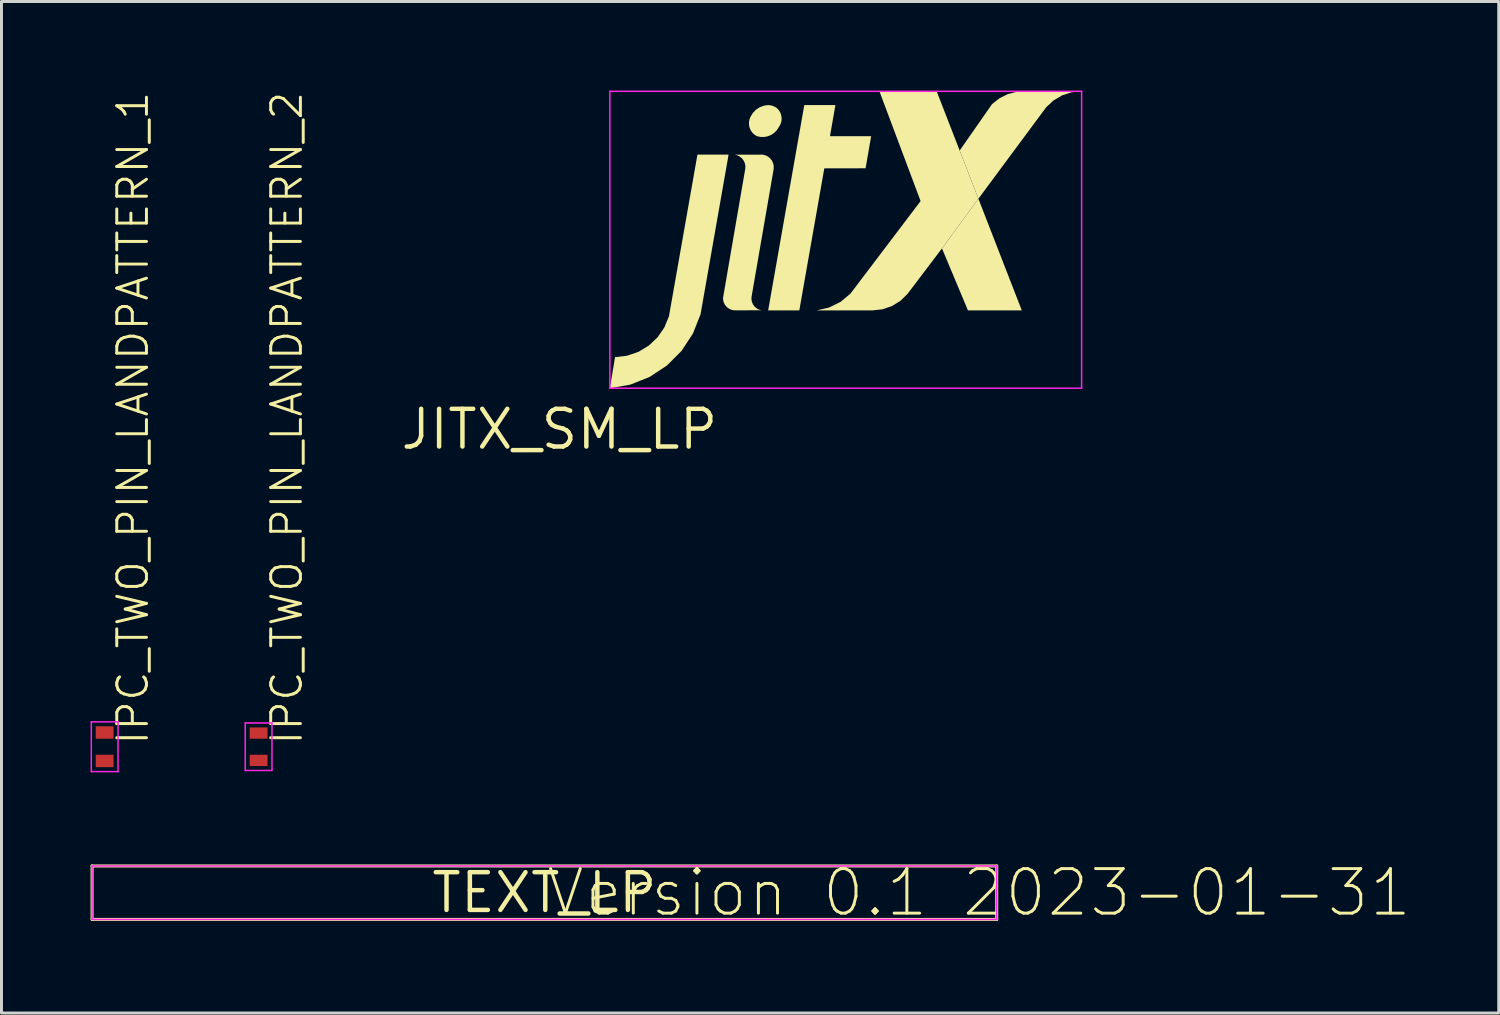
<source format=kicad_pcb>
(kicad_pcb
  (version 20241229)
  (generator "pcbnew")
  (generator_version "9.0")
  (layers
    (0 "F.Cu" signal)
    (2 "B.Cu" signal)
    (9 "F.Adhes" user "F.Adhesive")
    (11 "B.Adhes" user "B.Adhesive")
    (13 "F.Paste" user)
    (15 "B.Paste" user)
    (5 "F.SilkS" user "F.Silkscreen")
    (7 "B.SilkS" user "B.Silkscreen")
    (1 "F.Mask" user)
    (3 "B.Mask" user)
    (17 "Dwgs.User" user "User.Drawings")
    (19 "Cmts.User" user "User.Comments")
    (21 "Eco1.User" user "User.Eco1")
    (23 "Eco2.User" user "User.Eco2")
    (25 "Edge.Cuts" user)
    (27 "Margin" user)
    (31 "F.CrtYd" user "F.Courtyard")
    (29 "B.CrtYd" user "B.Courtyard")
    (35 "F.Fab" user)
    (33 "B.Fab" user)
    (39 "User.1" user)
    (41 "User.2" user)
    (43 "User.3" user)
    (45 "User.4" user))
  (footprint "IPC_TWO_PIN_LANDPATTERN_1"
    (layer "F.Cu")
    (at 0.475 22.1)
    (property "Reference" "IPC_TWO_PIN_LANDPATTERN_1" (at 0.95 0 90) (layer "F.SilkS") (effects (font (size 1 1) (thickness 0.1)) (justify left)))
    (fp_poly (pts (xy -0.35 -0.22) (xy 0.35 -0.22) (xy 0.35 -0.738) (xy -0.35 -0.738)) (stroke (width 0) (type solid)) (fill yes) (layer "F.Mask"))
    (fp_poly (pts (xy -0.35 0.738) (xy 0.35 0.738) (xy 0.35 0.22) (xy -0.35 0.22)) (stroke (width 0) (type solid)) (fill yes) (layer "F.Mask"))
    (fp_line (start -0.45 -0.838) (end -0.45 0.838) (stroke (width 0.05) (type solid)) (layer "F.CrtYd"))
    (fp_line (start -0.45 0.838) (end 0.45 0.838) (stroke (width 0.05) (type solid)) (layer "F.CrtYd"))
    (fp_line (start 0.45 -0.838) (end -0.45 -0.838) (stroke (width 0.05) (type solid)) (layer "F.CrtYd"))
    (fp_line (start 0.45 0.838) (end 0.45 -0.838) (stroke (width 0.05) (type solid)) (layer "F.CrtYd"))
    (pad "1" smd rect (at 0 -0.479) (size 0.6 0.418) (layers "F.Cu" "F.Paste"))
    (pad "2" smd rect (at 0 0.479) (size 0.6 0.418) (layers "F.Cu" "F.Paste")))
  (footprint "TEXT_LP"
    (layer "F.Cu")
    (at 15.285 27.016)
    (property "Reference" "TEXT_LP" (at 0 0 0) (layer "F.SilkS") (effects (font (size 1.27 1.27) (thickness 0.15))))
    (fp_line (start -15.235 -0.9) (end 15.235 -0.9) (stroke (width 0.1) (type solid)) (layer "F.SilkS"))
    (fp_line (start -15.235 0.9) (end -15.235 -0.9) (stroke (width 0.1) (type solid)) (layer "F.SilkS"))
    (fp_line (start 15.235 -0.9) (end 15.235 0.9) (stroke (width 0.1) (type solid)) (layer "F.SilkS"))
    (fp_line (start 15.235 0.9) (end -15.235 0.9) (stroke (width 0.1) (type solid)) (layer "F.SilkS"))
    (fp_line (start -15.235 -0.9) (end -15.235 0.9) (stroke (width 0.05) (type solid)) (layer "F.CrtYd"))
    (fp_line (start -15.235 0.9) (end 15.235 0.9) (stroke (width 0.05) (type solid)) (layer "F.CrtYd"))
    (fp_line (start 15.235 -0.9) (end -15.235 -0.9) (stroke (width 0.05) (type solid)) (layer "F.CrtYd"))
    (fp_line (start 15.235 0.9) (end 15.235 -0.9) (stroke (width 0.05) (type solid)) (layer "F.CrtYd"))
    (fp_text user "Version 0.1 2023-01-31" (at 0 0 0) (layer "F.SilkS") (effects (font (size 1.5 1.5) (thickness 0.1)) (justify left))))
  (footprint "JITX_SM_LP"
    (layer "F.Cu")
    (at 15.791 11.409)
    (property "Reference" "JITX_SM_LP" (at 0 0 0) (layer "F.SilkS") (effects (font (size 1.27 1.27) (thickness 0.15))))
    (fp_poly (pts (xy 12.885 -6.093) (xy 14.112 -7.766) (xy 15.573 -4.005) (xy 13.76 -4.004)) (stroke (width 0) (type solid)) (fill yes) (layer "F.SilkS"))
    (fp_poly (pts (xy 7.031 -4.004) (xy 8.08 -4.004) (xy 8.922 -8.789) (xy 10.312 -8.791) (xy 10.5 -9.871) (xy 9.113 -9.872) (xy 9.296 -10.921) (xy 8.248 -10.921)) (stroke (width 0) (type solid)) (fill yes) (layer "F.SilkS"))
    (fp_poly (pts (xy 14.112 -7.766) (xy 16.394 -10.845) (xy 16.641 -11.075) (xy 16.931 -11.247) (xy 17.252 -11.352) (xy 17.588 -11.384) (xy 15.733 -11.382) (xy 15.415 -11.369) (xy 15.107 -11.291) (xy 14.822 -11.15) (xy 14.572 -10.953) (xy 13.481 -9.389)) (stroke (width 0) (type solid)) (fill yes) (layer "F.SilkS"))
    (fp_poly (pts (xy 12.885 -6.093) (xy 14.112 -7.766) (xy 13.481 -9.389) (xy 12.708 -11.379) (xy 10.78 -11.38) (xy 12.165 -7.687) (xy 9.802 -4.569) (xy 9.471 -4.293) (xy 9.084 -4.102) (xy 8.664 -4.005) (xy 10.545 -4.005) (xy 10.878 -4.041) (xy 11.195 -4.149) (xy 11.481 -4.323) (xy 11.721 -4.556)) (stroke (width 0) (type solid)) (fill yes) (layer "F.SilkS"))
    (fp_poly (pts (xy 5.698 -9.252) (xy 4.649 -9.252) (xy 3.69 -3.807) (xy 3.536 -3.432) (xy 3.305 -3.097) (xy 3.009 -2.819) (xy 2.662 -2.609) (xy 2.277 -2.478) (xy 1.874 -2.43) (xy 1.7 -1.384) (xy 2.388 -1.505) (xy 3.037 -1.763) (xy 3.62 -2.147) (xy 4.114 -2.641) (xy 4.497 -3.225) (xy 4.754 -3.874)) (stroke (width 0) (type solid)) (fill yes) (layer "F.SilkS"))
    (fp_poly (pts (xy 6.809 -4.009) (xy 6.722 -4.032) (xy 6.643 -4.074) (xy 6.574 -4.133) (xy 6.521 -4.205) (xy 6.485 -4.288) (xy 6.468 -4.376) (xy 6.472 -4.466) (xy 7.218 -8.777) (xy 7.218 -8.873) (xy 7.197 -8.966) (xy 7.156 -9.052) (xy 7.096 -9.128) (xy 7.022 -9.188) (xy 6.936 -9.23) (xy 6.842 -9.251) (xy 5.904 -9.249) (xy 5.994 -9.227) (xy 6.076 -9.185) (xy 6.148 -9.126) (xy 6.204 -9.053) (xy 6.243 -8.969) (xy 6.263 -8.879) (xy 6.262 -8.787) (xy 5.511 -4.426) (xy 5.516 -4.347) (xy 5.536 -4.27) (xy 5.572 -4.198) (xy 5.62 -4.135) (xy 5.68 -4.083) (xy 5.749 -4.043) (xy 5.824 -4.017) (xy 5.903 -4.007)) (stroke (width 0) (type solid)) (fill yes) (layer "F.SilkS"))
    (fp_poly (pts (xy 7.052 -10.921) (xy 6.897 -10.903) (xy 6.751 -10.85) (xy 6.621 -10.765) (xy 6.513 -10.653) (xy 6.434 -10.519) (xy 6.434 -10.519) (xy 6.4 -10.431) (xy 6.384 -10.338) (xy 6.387 -10.244) (xy 6.407 -10.152) (xy 6.446 -10.066) (xy 6.5 -9.989) (xy 6.568 -9.924) (xy 6.648 -9.874) (xy 6.648 -9.874) (xy 6.769 -9.847) (xy 6.893 -9.845) (xy 7.015 -9.868) (xy 7.13 -9.915) (xy 7.234 -9.984) (xy 7.321 -10.073) (xy 7.389 -10.177) (xy 7.389 -10.177) (xy 7.444 -10.268) (xy 7.476 -10.369) (xy 7.485 -10.474) (xy 7.471 -10.579) (xy 7.434 -10.679) (xy 7.375 -10.767) (xy 7.298 -10.84) (xy 7.18 -10.895) (xy 7.052 -10.921)) (stroke (width 0) (type solid)) (fill yes) (layer "F.SilkS"))
    (fp_line (start 1.7 -11.384) (end 1.7 -1.384) (stroke (width 0.05) (type solid)) (layer "F.CrtYd"))
    (fp_line (start 1.7 -1.384) (end 17.588 -1.384) (stroke (width 0.05) (type solid)) (layer "F.CrtYd"))
    (fp_line (start 17.588 -11.384) (end 1.7 -11.384) (stroke (width 0.05) (type solid)) (layer "F.CrtYd"))
    (fp_line (start 17.588 -1.384) (end 17.588 -11.384) (stroke (width 0.05) (type solid)) (layer "F.CrtYd")))
  (footprint "IPC_TWO_PIN_LANDPATTERN_2"
    (layer "F.Cu")
    (at 5.66 22.1)
    (property "Reference" "IPC_TWO_PIN_LANDPATTERN_2" (at 0.95 0 90) (layer "F.SilkS") (effects (font (size 1 1) (thickness 0.1)) (justify left)))
    (fp_poly (pts (xy -0.35 -0.22) (xy 0.35 -0.22) (xy 0.35 -0.7) (xy -0.35 -0.7)) (stroke (width 0) (type solid)) (fill yes) (layer "F.Mask"))
    (fp_poly (pts (xy -0.35 0.7) (xy 0.35 0.7) (xy 0.35 0.22) (xy -0.35 0.22)) (stroke (width 0) (type solid)) (fill yes) (layer "F.Mask"))
    (fp_line (start -0.45 -0.8) (end -0.45 0.8) (stroke (width 0.05) (type solid)) (layer "F.CrtYd"))
    (fp_line (start -0.45 0.8) (end 0.45 0.8) (stroke (width 0.05) (type solid)) (layer "F.CrtYd"))
    (fp_line (start 0.45 -0.8) (end -0.45 -0.8) (stroke (width 0.05) (type solid)) (layer "F.CrtYd"))
    (fp_line (start 0.45 0.8) (end 0.45 -0.8) (stroke (width 0.05) (type solid)) (layer "F.CrtYd"))
    (pad "1" smd rect (at 0 -0.46) (size 0.6 0.38) (layers "F.Cu" "F.Paste"))
    (pad "2" smd rect (at 0 0.46) (size 0.6 0.38) (layers "F.Cu" "F.Paste")))
  (gr_rect
    (start -3 -3)
    (end 47.428 31.069)
    (stroke (width 0.1) (type default))
    (fill no)
    (layer "Edge.Cuts")))
</source>
